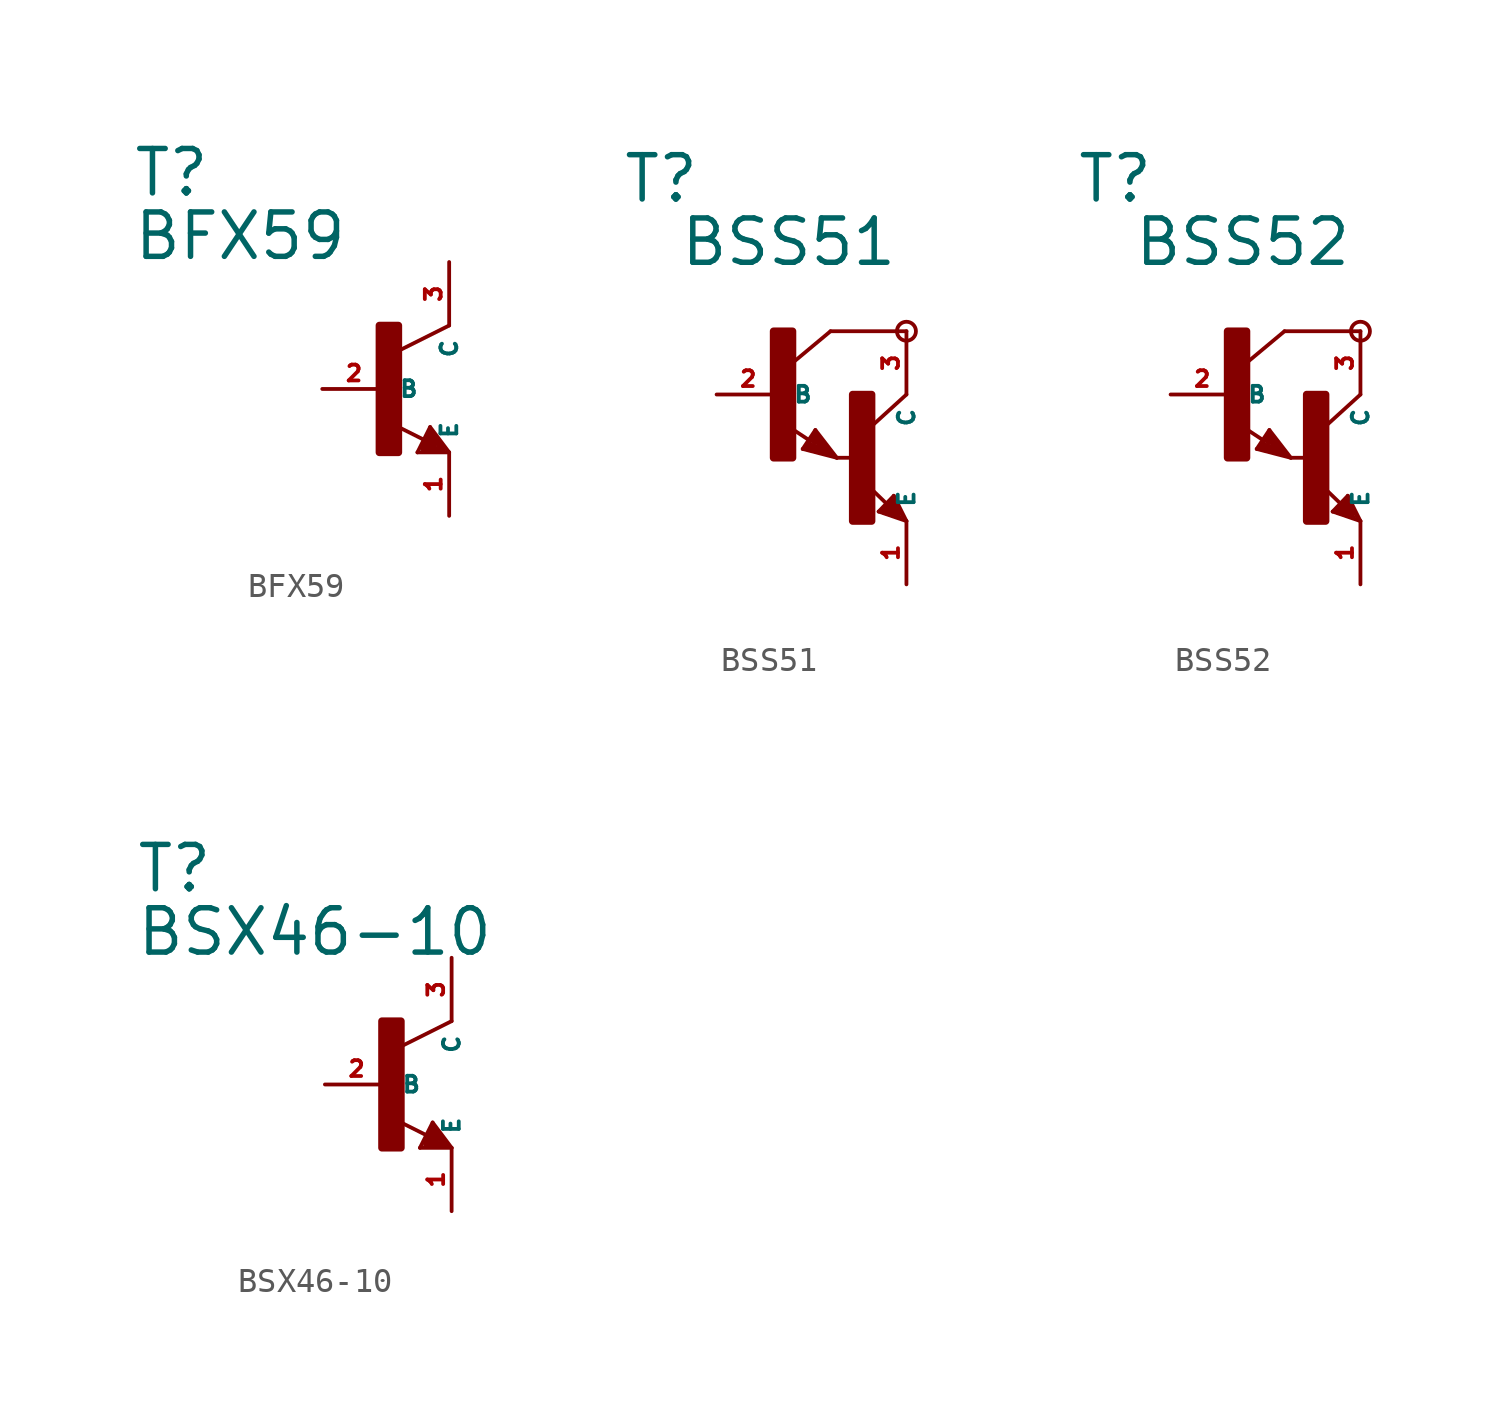
<source format=kicad_sym>
(kicad_symbol_lib
  (version 20220914)
  (generator Eagle2Kicad)
  (symbol "BFX59"
    (property "Reference" "T"
      (at -10.16 7.62 0)
      (effects (font (size 1.778 1.778) (thickness 0.22)) (justify left bottom)))
    (property "Value" "BFX59"
      (at -10.16 5.08 0)
      (effects (font (size 1.778 1.778) (thickness 0.22)) (justify left bottom)))
    (polyline
      (pts (xy 2.54 2.54) (xy 0.508 1.524))
      (stroke (width 0.152) (type default))
      (fill (type none)))
    (polyline
      (pts (xy 1.778 -1.524) (xy 2.54 -2.54))
      (stroke (width 0.152) (type default))
      (fill (type none)))
    (polyline
      (pts (xy 2.54 -2.54) (xy 1.27 -2.54))
      (stroke (width 0.152) (type default))
      (fill (type none)))
    (polyline
      (pts (xy 1.27 -2.54) (xy 1.778 -1.524))
      (stroke (width 0.152) (type default))
      (fill (type none)))
    (polyline
      (pts (xy 1.54 -2.04) (xy 0.308 -1.424))
      (stroke (width 0.152) (type default))
      (fill (type none)))
    (polyline
      (pts (xy 1.524 -2.413) (xy 2.286 -2.413))
      (stroke (width 0.254) (type default))
      (fill (type none)))
    (polyline
      (pts (xy 2.286 -2.413) (xy 1.778 -1.778))
      (stroke (width 0.254) (type default))
      (fill (type none)))
    (polyline
      (pts (xy 1.778 -1.778) (xy 1.524 -2.286))
      (stroke (width 0.254) (type default))
      (fill (type none)))
    (polyline
      (pts (xy 1.524 -2.286) (xy 1.905 -2.286))
      (stroke (width 0.254) (type default))
      (fill (type none)))
    (polyline
      (pts (xy 1.905 -2.286) (xy 1.778 -2.032))
      (stroke (width 0.254) (type default))
      (fill (type none)))
    (rectangle
      (start -0.254 -2.54)
      (end 0.508 2.54)
      (stroke (width 0.3) (type default))
      (fill (type outline)))
    (pin passive line
      (at -2.54 0 0)
      (length 2.54)
      (name "B" (effects (font (size 0.635 0.635) (thickness 0.08)) (justify left bottom)))
      (number "2" (effects (font (size 0.635 0.635) (thickness 0.08)) (justify left bottom))))
    (pin passive line
      (at 2.54 -5.08 90)
      (length 2.54)
      (name "E" (effects (font (size 0.635 0.635) (thickness 0.08)) (justify left bottom)))
      (number "1" (effects (font (size 0.635 0.635) (thickness 0.08)) (justify left bottom))))
    (pin passive line
      (at 2.54 5.08 270)
      (length 2.54)
      (name "C" (effects (font (size 0.635 0.635) (thickness 0.08)) (justify left bottom)))
      (number "3" (effects (font (size 0.635 0.635) (thickness 0.08)) (justify left bottom)))))
  (symbol "BSS51"
    (property "Reference" "T"
      (at -6.35 7.62 0)
      (effects (font (size 1.778 1.778) (thickness 0.22)) (justify left bottom)))
    (property "Value" "BSS51"
      (at -4.064 5.08 0)
      (effects (font (size 1.778 1.778) (thickness 0.22)) (justify left bottom)))
    (polyline
      (pts (xy 5.08 2.54) (xy 2.032 2.54))
      (stroke (width 0.152) (type default))
      (fill (type none)))
    (polyline
      (pts (xy 1.424 -1.424) (xy 2.286 -2.54))
      (stroke (width 0.152) (type default))
      (fill (type none)))
    (polyline
      (pts (xy 2.921 -2.54) (xy 2.286 -2.54))
      (stroke (width 0.152) (type default))
      (fill (type none)))
    (polyline
      (pts (xy 0.916 -2.186) (xy 1.424 -1.424))
      (stroke (width 0.152) (type default))
      (fill (type none)))
    (polyline
      (pts (xy 2.286 -2.54) (xy 0.916 -2.186))
      (stroke (width 0.152) (type default))
      (fill (type none)))
    (polyline
      (pts (xy 2.032 2.54) (xy 0.508 1.27))
      (stroke (width 0.152) (type default))
      (fill (type none)))
    (polyline
      (pts (xy 5.08 0) (xy 3.683 -1.27))
      (stroke (width 0.152) (type default))
      (fill (type none)))
    (polyline
      (pts (xy 5.08 -5.08) (xy 3.964 -4.699))
      (stroke (width 0.152) (type default))
      (fill (type none)))
    (polyline
      (pts (xy 4.572 -4.064) (xy 5.08 -5.08))
      (stroke (width 0.152) (type default))
      (fill (type none)))
    (polyline
      (pts (xy 3.964 -4.699) (xy 4.572 -4.064))
      (stroke (width 0.152) (type default))
      (fill (type none)))
    (polyline
      (pts (xy 1.186 -1.84) (xy 0.208 -1.197))
      (stroke (width 0.152) (type default))
      (fill (type none)))
    (polyline
      (pts (xy 4.28 -4.38) (xy 3.483 -3.61))
      (stroke (width 0.152) (type default))
      (fill (type none)))
    (polyline
      (pts (xy 2.159 -2.413) (xy 1.397 -1.524))
      (stroke (width 0.127) (type default))
      (fill (type none)))
    (polyline
      (pts (xy 1.397 -1.524) (xy 1.016 -2.159))
      (stroke (width 0.127) (type default))
      (fill (type none)))
    (polyline
      (pts (xy 1.016 -2.159) (xy 2.032 -2.413))
      (stroke (width 0.127) (type default))
      (fill (type none)))
    (polyline
      (pts (xy 2.032 -2.413) (xy 1.397 -1.651))
      (stroke (width 0.127) (type default))
      (fill (type none)))
    (polyline
      (pts (xy 1.397 -1.651) (xy 1.143 -2.032))
      (stroke (width 0.127) (type default))
      (fill (type none)))
    (polyline
      (pts (xy 1.143 -2.032) (xy 1.905 -2.286))
      (stroke (width 0.254) (type default))
      (fill (type none)))
    (polyline
      (pts (xy 1.905 -2.286) (xy 1.397 -1.778))
      (stroke (width 0.254) (type default))
      (fill (type none)))
    (polyline
      (pts (xy 1.397 -1.778) (xy 1.397 -1.905))
      (stroke (width 0.254) (type default))
      (fill (type none)))
    (polyline
      (pts (xy 4.953 -4.953) (xy 4.572 -4.191))
      (stroke (width 0.127) (type default))
      (fill (type none)))
    (polyline
      (pts (xy 4.572 -4.191) (xy 4.064 -4.699))
      (stroke (width 0.127) (type default))
      (fill (type none)))
    (polyline
      (pts (xy 4.064 -4.699) (xy 4.826 -4.953))
      (stroke (width 0.127) (type default))
      (fill (type none)))
    (polyline
      (pts (xy 4.826 -4.953) (xy 4.572 -4.318))
      (stroke (width 0.127) (type default))
      (fill (type none)))
    (polyline
      (pts (xy 4.572 -4.318) (xy 4.191 -4.699))
      (stroke (width 0.254) (type default))
      (fill (type none)))
    (polyline
      (pts (xy 4.191 -4.699) (xy 4.699 -4.826))
      (stroke (width 0.254) (type default))
      (fill (type none)))
    (polyline
      (pts (xy 4.699 -4.826) (xy 4.572 -4.572))
      (stroke (width 0.254) (type default))
      (fill (type none)))
    (polyline
      (pts (xy 4.572 -4.572) (xy 4.445 -4.572))
      (stroke (width 0.254) (type default))
      (fill (type none)))
    (circle
      (center 5.08 2.54)
      (radius 0.381)
      (stroke (width 0) (type default))
      (fill (type none)))
    (rectangle
      (start -0.254 -2.54)
      (end 0.508 2.54)
      (stroke (width 0.3) (type default))
      (fill (type outline)))
    (rectangle
      (start 2.921 -5.08)
      (end 3.683 0)
      (stroke (width 0.3) (type default))
      (fill (type outline)))
    (pin passive line
      (at -2.54 0 0)
      (length 2.54)
      (name "B" (effects (font (size 0.635 0.635) (thickness 0.08)) (justify left bottom)))
      (number "2" (effects (font (size 0.635 0.635) (thickness 0.08)) (justify left bottom))))
    (pin passive line
      (at 5.08 -7.62 90)
      (length 2.54)
      (name "E" (effects (font (size 0.635 0.635) (thickness 0.08)) (justify left bottom)))
      (number "1" (effects (font (size 0.635 0.635) (thickness 0.08)) (justify left bottom))))
    (pin passive line
      (at 5.08 2.54 270)
      (length 2.54)
      (name "C" (effects (font (size 0.635 0.635) (thickness 0.08)) (justify left bottom)))
      (number "3" (effects (font (size 0.635 0.635) (thickness 0.08)) (justify left bottom)))))
  (symbol "BSS52"
    (property "Reference" "T"
      (at -6.35 7.62 0)
      (effects (font (size 1.778 1.778) (thickness 0.22)) (justify left bottom)))
    (property "Value" "BSS52"
      (at -4.064 5.08 0)
      (effects (font (size 1.778 1.778) (thickness 0.22)) (justify left bottom)))
    (polyline
      (pts (xy 5.08 2.54) (xy 2.032 2.54))
      (stroke (width 0.152) (type default))
      (fill (type none)))
    (polyline
      (pts (xy 1.424 -1.424) (xy 2.286 -2.54))
      (stroke (width 0.152) (type default))
      (fill (type none)))
    (polyline
      (pts (xy 2.921 -2.54) (xy 2.286 -2.54))
      (stroke (width 0.152) (type default))
      (fill (type none)))
    (polyline
      (pts (xy 0.916 -2.186) (xy 1.424 -1.424))
      (stroke (width 0.152) (type default))
      (fill (type none)))
    (polyline
      (pts (xy 2.286 -2.54) (xy 0.916 -2.186))
      (stroke (width 0.152) (type default))
      (fill (type none)))
    (polyline
      (pts (xy 2.032 2.54) (xy 0.508 1.27))
      (stroke (width 0.152) (type default))
      (fill (type none)))
    (polyline
      (pts (xy 5.08 0) (xy 3.683 -1.27))
      (stroke (width 0.152) (type default))
      (fill (type none)))
    (polyline
      (pts (xy 5.08 -5.08) (xy 3.964 -4.699))
      (stroke (width 0.152) (type default))
      (fill (type none)))
    (polyline
      (pts (xy 4.572 -4.064) (xy 5.08 -5.08))
      (stroke (width 0.152) (type default))
      (fill (type none)))
    (polyline
      (pts (xy 3.964 -4.699) (xy 4.572 -4.064))
      (stroke (width 0.152) (type default))
      (fill (type none)))
    (polyline
      (pts (xy 1.186 -1.84) (xy 0.208 -1.197))
      (stroke (width 0.152) (type default))
      (fill (type none)))
    (polyline
      (pts (xy 4.28 -4.38) (xy 3.483 -3.61))
      (stroke (width 0.152) (type default))
      (fill (type none)))
    (polyline
      (pts (xy 2.159 -2.413) (xy 1.397 -1.524))
      (stroke (width 0.127) (type default))
      (fill (type none)))
    (polyline
      (pts (xy 1.397 -1.524) (xy 1.016 -2.159))
      (stroke (width 0.127) (type default))
      (fill (type none)))
    (polyline
      (pts (xy 1.016 -2.159) (xy 2.032 -2.413))
      (stroke (width 0.127) (type default))
      (fill (type none)))
    (polyline
      (pts (xy 2.032 -2.413) (xy 1.397 -1.651))
      (stroke (width 0.127) (type default))
      (fill (type none)))
    (polyline
      (pts (xy 1.397 -1.651) (xy 1.143 -2.032))
      (stroke (width 0.127) (type default))
      (fill (type none)))
    (polyline
      (pts (xy 1.143 -2.032) (xy 1.905 -2.286))
      (stroke (width 0.254) (type default))
      (fill (type none)))
    (polyline
      (pts (xy 1.905 -2.286) (xy 1.397 -1.778))
      (stroke (width 0.254) (type default))
      (fill (type none)))
    (polyline
      (pts (xy 1.397 -1.778) (xy 1.397 -1.905))
      (stroke (width 0.254) (type default))
      (fill (type none)))
    (polyline
      (pts (xy 4.953 -4.953) (xy 4.572 -4.191))
      (stroke (width 0.127) (type default))
      (fill (type none)))
    (polyline
      (pts (xy 4.572 -4.191) (xy 4.064 -4.699))
      (stroke (width 0.127) (type default))
      (fill (type none)))
    (polyline
      (pts (xy 4.064 -4.699) (xy 4.826 -4.953))
      (stroke (width 0.127) (type default))
      (fill (type none)))
    (polyline
      (pts (xy 4.826 -4.953) (xy 4.572 -4.318))
      (stroke (width 0.127) (type default))
      (fill (type none)))
    (polyline
      (pts (xy 4.572 -4.318) (xy 4.191 -4.699))
      (stroke (width 0.254) (type default))
      (fill (type none)))
    (polyline
      (pts (xy 4.191 -4.699) (xy 4.699 -4.826))
      (stroke (width 0.254) (type default))
      (fill (type none)))
    (polyline
      (pts (xy 4.699 -4.826) (xy 4.572 -4.572))
      (stroke (width 0.254) (type default))
      (fill (type none)))
    (polyline
      (pts (xy 4.572 -4.572) (xy 4.445 -4.572))
      (stroke (width 0.254) (type default))
      (fill (type none)))
    (circle
      (center 5.08 2.54)
      (radius 0.381)
      (stroke (width 0) (type default))
      (fill (type none)))
    (rectangle
      (start -0.254 -2.54)
      (end 0.508 2.54)
      (stroke (width 0.3) (type default))
      (fill (type outline)))
    (rectangle
      (start 2.921 -5.08)
      (end 3.683 0)
      (stroke (width 0.3) (type default))
      (fill (type outline)))
    (pin passive line
      (at -2.54 0 0)
      (length 2.54)
      (name "B" (effects (font (size 0.635 0.635) (thickness 0.08)) (justify left bottom)))
      (number "2" (effects (font (size 0.635 0.635) (thickness 0.08)) (justify left bottom))))
    (pin passive line
      (at 5.08 -7.62 90)
      (length 2.54)
      (name "E" (effects (font (size 0.635 0.635) (thickness 0.08)) (justify left bottom)))
      (number "1" (effects (font (size 0.635 0.635) (thickness 0.08)) (justify left bottom))))
    (pin passive line
      (at 5.08 2.54 270)
      (length 2.54)
      (name "C" (effects (font (size 0.635 0.635) (thickness 0.08)) (justify left bottom)))
      (number "3" (effects (font (size 0.635 0.635) (thickness 0.08)) (justify left bottom)))))
  (symbol "BSX46-10"
    (property "Reference" "T"
      (at -10.16 7.62 0)
      (effects (font (size 1.778 1.778) (thickness 0.22)) (justify left bottom)))
    (property "Value" "BSX46-10"
      (at -10.16 5.08 0)
      (effects (font (size 1.778 1.778) (thickness 0.22)) (justify left bottom)))
    (polyline
      (pts (xy 2.54 2.54) (xy 0.508 1.524))
      (stroke (width 0.152) (type default))
      (fill (type none)))
    (polyline
      (pts (xy 1.778 -1.524) (xy 2.54 -2.54))
      (stroke (width 0.152) (type default))
      (fill (type none)))
    (polyline
      (pts (xy 2.54 -2.54) (xy 1.27 -2.54))
      (stroke (width 0.152) (type default))
      (fill (type none)))
    (polyline
      (pts (xy 1.27 -2.54) (xy 1.778 -1.524))
      (stroke (width 0.152) (type default))
      (fill (type none)))
    (polyline
      (pts (xy 1.54 -2.04) (xy 0.308 -1.424))
      (stroke (width 0.152) (type default))
      (fill (type none)))
    (polyline
      (pts (xy 1.524 -2.413) (xy 2.286 -2.413))
      (stroke (width 0.254) (type default))
      (fill (type none)))
    (polyline
      (pts (xy 2.286 -2.413) (xy 1.778 -1.778))
      (stroke (width 0.254) (type default))
      (fill (type none)))
    (polyline
      (pts (xy 1.778 -1.778) (xy 1.524 -2.286))
      (stroke (width 0.254) (type default))
      (fill (type none)))
    (polyline
      (pts (xy 1.524 -2.286) (xy 1.905 -2.286))
      (stroke (width 0.254) (type default))
      (fill (type none)))
    (polyline
      (pts (xy 1.905 -2.286) (xy 1.778 -2.032))
      (stroke (width 0.254) (type default))
      (fill (type none)))
    (rectangle
      (start -0.254 -2.54)
      (end 0.508 2.54)
      (stroke (width 0.3) (type default))
      (fill (type outline)))
    (pin passive line
      (at -2.54 0 0)
      (length 2.54)
      (name "B" (effects (font (size 0.635 0.635) (thickness 0.08)) (justify left bottom)))
      (number "2" (effects (font (size 0.635 0.635) (thickness 0.08)) (justify left bottom))))
    (pin passive line
      (at 2.54 -5.08 90)
      (length 2.54)
      (name "E" (effects (font (size 0.635 0.635) (thickness 0.08)) (justify left bottom)))
      (number "1" (effects (font (size 0.635 0.635) (thickness 0.08)) (justify left bottom))))
    (pin passive line
      (at 2.54 5.08 270)
      (length 2.54)
      (name "C" (effects (font (size 0.635 0.635) (thickness 0.08)) (justify left bottom)))
      (number "3" (effects (font (size 0.635 0.635) (thickness 0.08)) (justify left bottom))))))
</source>
